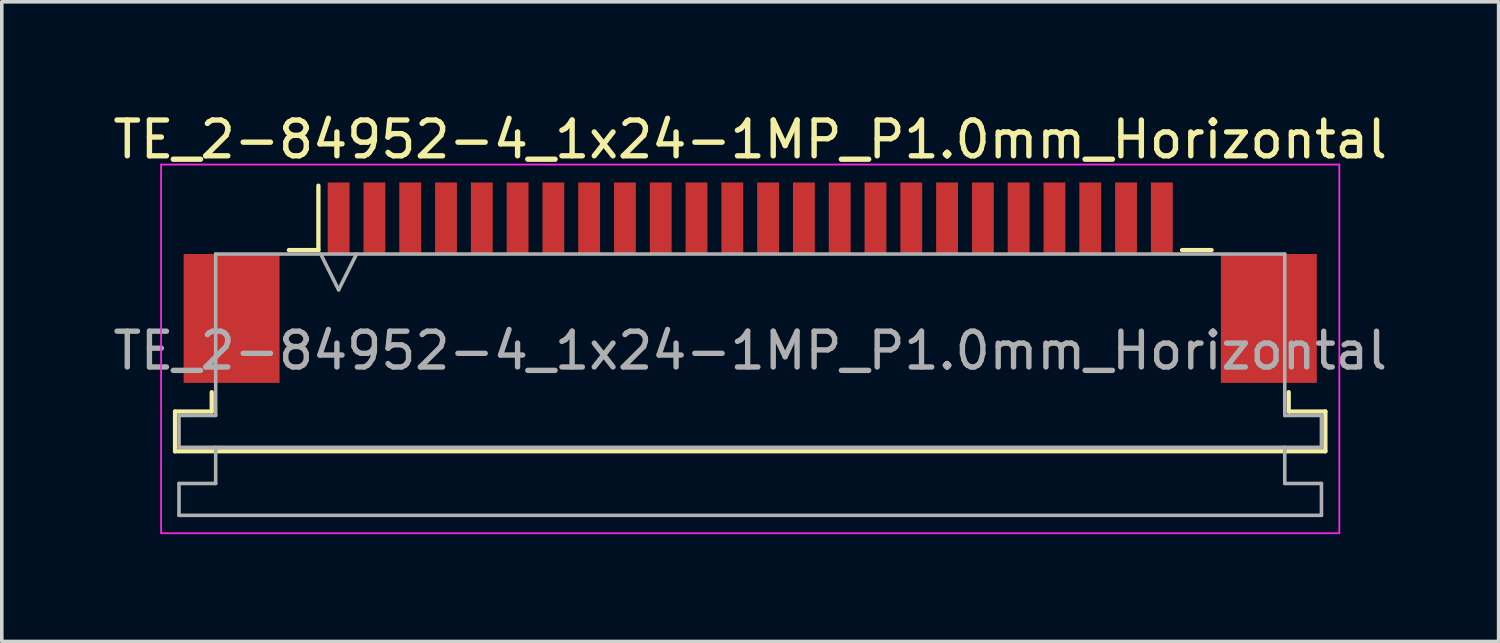
<source format=kicad_pcb>
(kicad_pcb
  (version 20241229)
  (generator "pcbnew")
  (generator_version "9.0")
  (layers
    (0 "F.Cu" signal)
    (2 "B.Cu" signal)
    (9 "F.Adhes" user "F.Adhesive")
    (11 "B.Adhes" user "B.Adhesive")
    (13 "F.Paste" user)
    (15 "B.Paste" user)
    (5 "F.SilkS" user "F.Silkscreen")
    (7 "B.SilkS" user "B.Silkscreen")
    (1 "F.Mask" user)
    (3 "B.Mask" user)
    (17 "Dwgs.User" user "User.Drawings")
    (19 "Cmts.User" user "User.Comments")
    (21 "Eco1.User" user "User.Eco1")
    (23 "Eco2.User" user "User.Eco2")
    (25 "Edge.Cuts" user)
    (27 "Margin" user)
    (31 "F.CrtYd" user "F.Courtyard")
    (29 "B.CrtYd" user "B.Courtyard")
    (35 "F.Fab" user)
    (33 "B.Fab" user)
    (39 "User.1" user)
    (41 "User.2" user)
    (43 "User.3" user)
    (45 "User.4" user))
  (footprint "TE_2-84952-4_1x24-1MP_P1.0mm_Horizontal"
    (layer "F.Cu")
    (at 17.911 4.848)
    (property "Reference" "TE_2-84952-4_1x24-1MP_P1.0mm_Horizontal" (at 0 -4 0) (layer "F.SilkS") (effects (font (size 1 1) (thickness 0.15))))
    (attr smd)
    (fp_line (start -16.07 3.6) (end -15.045 3.6) (stroke (width 0.12) (type solid)) (layer "F.SilkS"))
    (fp_line (start -16.07 4.71) (end -16.07 3.6) (stroke (width 0.12) (type solid)) (layer "F.SilkS"))
    (fp_line (start -15.045 3.6) (end -15.045 3.06) (stroke (width 0.12) (type solid)) (layer "F.SilkS"))
    (fp_line (start -12.89 -0.91) (end -12.065 -0.91) (stroke (width 0.12) (type solid)) (layer "F.SilkS"))
    (fp_line (start -12.065 -0.91) (end -12.065 -2.71) (stroke (width 0.12) (type solid)) (layer "F.SilkS"))
    (fp_line (start 12.065 -0.91) (end 12.89 -0.91) (stroke (width 0.12) (type solid)) (layer "F.SilkS"))
    (fp_line (start 15.045 3.06) (end 15.045 3.6) (stroke (width 0.12) (type solid)) (layer "F.SilkS"))
    (fp_line (start 15.045 3.6) (end 16.07 3.6) (stroke (width 0.12) (type solid)) (layer "F.SilkS"))
    (fp_line (start 16.07 3.6) (end 16.07 4.71) (stroke (width 0.12) (type solid)) (layer "F.SilkS"))
    (fp_line (start 16.07 4.71) (end -16.07 4.71) (stroke (width 0.12) (type solid)) (layer "F.SilkS"))
    (fp_line (start -16.46 -3.3) (end -16.46 7) (stroke (width 0.05) (type solid)) (layer "F.CrtYd"))
    (fp_line (start -16.46 7) (end 16.46 7) (stroke (width 0.05) (type solid)) (layer "F.CrtYd"))
    (fp_line (start 16.46 -3.3) (end -16.46 -3.3) (stroke (width 0.05) (type solid)) (layer "F.CrtYd"))
    (fp_line (start 16.46 7) (end 16.46 -3.3) (stroke (width 0.05) (type solid)) (layer "F.CrtYd"))
    (fp_line (start -15.96 3.71) (end -14.935 3.71) (stroke (width 0.1) (type solid)) (layer "F.Fab"))
    (fp_line (start -15.96 4.6) (end -15.96 3.71) (stroke (width 0.1) (type solid)) (layer "F.Fab"))
    (fp_line (start -15.96 5.61) (end -14.935 5.61) (stroke (width 0.1) (type solid)) (layer "F.Fab"))
    (fp_line (start -15.96 6.5) (end -15.96 5.61) (stroke (width 0.1) (type solid)) (layer "F.Fab"))
    (fp_line (start -14.935 -0.8) (end 14.935 -0.8) (stroke (width 0.1) (type solid)) (layer "F.Fab"))
    (fp_line (start -14.935 3.71) (end -14.935 -0.8) (stroke (width 0.1) (type solid)) (layer "F.Fab"))
    (fp_line (start -14.935 5.61) (end -14.935 4.6) (stroke (width 0.1) (type solid)) (layer "F.Fab"))
    (fp_line (start -12 -0.8) (end -11.5 0.2) (stroke (width 0.1) (type solid)) (layer "F.Fab"))
    (fp_line (start -11.5 0.2) (end -11 -0.8) (stroke (width 0.1) (type solid)) (layer "F.Fab"))
    (fp_line (start 14.935 -0.8) (end 14.935 3.71) (stroke (width 0.1) (type solid)) (layer "F.Fab"))
    (fp_line (start 14.935 3.71) (end 15.96 3.71) (stroke (width 0.1) (type solid)) (layer "F.Fab"))
    (fp_line (start 14.935 4.6) (end 14.935 5.61) (stroke (width 0.1) (type solid)) (layer "F.Fab"))
    (fp_line (start 14.935 5.61) (end 15.96 5.61) (stroke (width 0.1) (type solid)) (layer "F.Fab"))
    (fp_line (start 15.96 3.71) (end 15.96 4.6) (stroke (width 0.1) (type solid)) (layer "F.Fab"))
    (fp_line (start 15.96 4.6) (end -15.96 4.6) (stroke (width 0.1) (type solid)) (layer "F.Fab"))
    (fp_line (start 15.96 5.61) (end 15.96 6.5) (stroke (width 0.1) (type solid)) (layer "F.Fab"))
    (fp_line (start 15.96 6.5) (end -15.96 6.5) (stroke (width 0.1) (type solid)) (layer "F.Fab"))
    (fp_text user "${REFERENCE}" (at 0 1.9 0) (layer "F.Fab") (effects (font (size 1 1) (thickness 0.15))))
    (pad "1" smd rect (at -11.5 -1.8) (size 0.61 2) (layers "F.Cu" "F.Mask" "F.Paste"))
    (pad "2" smd rect (at -10.5 -1.8) (size 0.61 2) (layers "F.Cu" "F.Mask" "F.Paste"))
    (pad "3" smd rect (at -9.5 -1.8) (size 0.61 2) (layers "F.Cu" "F.Mask" "F.Paste"))
    (pad "4" smd rect (at -8.5 -1.8) (size 0.61 2) (layers "F.Cu" "F.Mask" "F.Paste"))
    (pad "5" smd rect (at -7.5 -1.8) (size 0.61 2) (layers "F.Cu" "F.Mask" "F.Paste"))
    (pad "6" smd rect (at -6.5 -1.8) (size 0.61 2) (layers "F.Cu" "F.Mask" "F.Paste"))
    (pad "7" smd rect (at -5.5 -1.8) (size 0.61 2) (layers "F.Cu" "F.Mask" "F.Paste"))
    (pad "8" smd rect (at -4.5 -1.8) (size 0.61 2) (layers "F.Cu" "F.Mask" "F.Paste"))
    (pad "9" smd rect (at -3.5 -1.8) (size 0.61 2) (layers "F.Cu" "F.Mask" "F.Paste"))
    (pad "10" smd rect (at -2.5 -1.8) (size 0.61 2) (layers "F.Cu" "F.Mask" "F.Paste"))
    (pad "11" smd rect (at -1.5 -1.8) (size 0.61 2) (layers "F.Cu" "F.Mask" "F.Paste"))
    (pad "12" smd rect (at -0.5 -1.8) (size 0.61 2) (layers "F.Cu" "F.Mask" "F.Paste"))
    (pad "13" smd rect (at 0.5 -1.8) (size 0.61 2) (layers "F.Cu" "F.Mask" "F.Paste"))
    (pad "14" smd rect (at 1.5 -1.8) (size 0.61 2) (layers "F.Cu" "F.Mask" "F.Paste"))
    (pad "15" smd rect (at 2.5 -1.8) (size 0.61 2) (layers "F.Cu" "F.Mask" "F.Paste"))
    (pad "16" smd rect (at 3.5 -1.8) (size 0.61 2) (layers "F.Cu" "F.Mask" "F.Paste"))
    (pad "17" smd rect (at 4.5 -1.8) (size 0.61 2) (layers "F.Cu" "F.Mask" "F.Paste"))
    (pad "18" smd rect (at 5.5 -1.8) (size 0.61 2) (layers "F.Cu" "F.Mask" "F.Paste"))
    (pad "19" smd rect (at 6.5 -1.8) (size 0.61 2) (layers "F.Cu" "F.Mask" "F.Paste"))
    (pad "20" smd rect (at 7.5 -1.8) (size 0.61 2) (layers "F.Cu" "F.Mask" "F.Paste"))
    (pad "21" smd rect (at 8.5 -1.8) (size 0.61 2) (layers "F.Cu" "F.Mask" "F.Paste"))
    (pad "22" smd rect (at 9.5 -1.8) (size 0.61 2) (layers "F.Cu" "F.Mask" "F.Paste"))
    (pad "23" smd rect (at 10.5 -1.8) (size 0.61 2) (layers "F.Cu" "F.Mask" "F.Paste"))
    (pad "24" smd rect (at 11.5 -1.8) (size 0.61 2) (layers "F.Cu" "F.Mask" "F.Paste"))
    (pad "MP" smd rect (at -14.49 1) (size 2.68 3.6) (layers "F.Cu" "F.Mask" "F.Paste"))
    (pad "MP" smd rect (at 14.49 1) (size 2.68 3.6) (layers "F.Cu" "F.Mask" "F.Paste")))
  (gr_rect
    (start -3 -3)
    (end 38.821 14.873)
    (stroke (width 0.1) (type default))
    (fill no)
    (layer "Edge.Cuts")))
</source>
